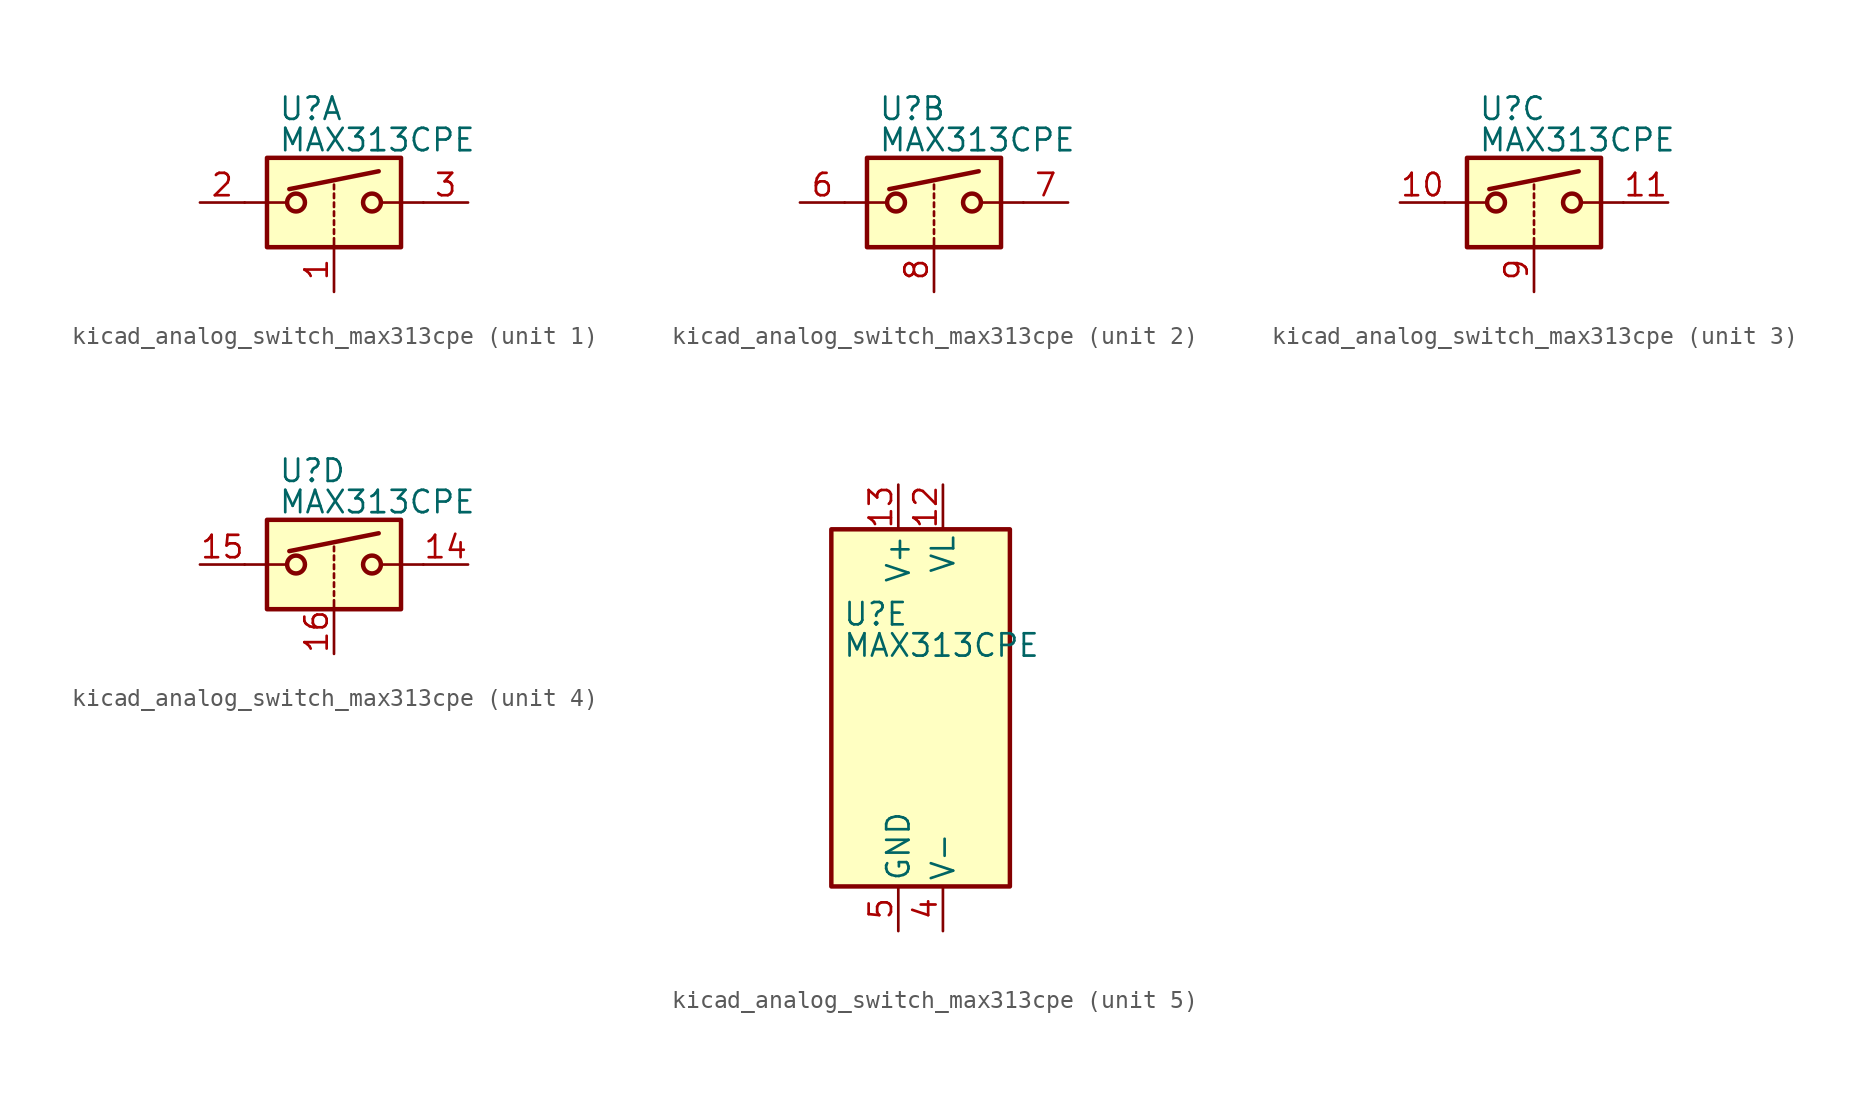
<source format=kicad_sym>
(kicad_symbol_lib
  (version 20220914)
  (generator kicad_symbol_editor)
  (symbol "kicad_analog_switch_max313cpe"
    (pin_names
      (offset 0.254))
    (property "Reference" "U"
      (at -3.175 5.334 0)
      (effects (font (size 1.27 1.27)) (justify left)))
    (property "Value" "MAX313CPE"
      (at -3.175 3.556 0)
      (effects (font (size 1.27 1.27)) (justify left)))
    (symbol "kicad_analog_switch_max313cpe_1_1"
      (rectangle (start -3.81 2.54) (end 3.81 -2.54) (stroke (width 0.254) (type default)) (fill (type background)))
      (circle (center -2.159 0) (radius 0.508) (stroke (width 0.254) (type default)) (fill (type none)))
      (polyline (pts (xy -5.08 0) (xy -2.794 0)) (stroke (width 0) (type default)) (fill (type none)))
      (polyline (pts (xy -2.54 0.762) (xy 2.54 1.778)) (stroke (width 0.254) (type default)) (fill (type none)))
      (polyline (pts (xy 0 -2.54) (xy 0 -2.032)) (stroke (width 0) (type default)) (fill (type none)))
      (polyline (pts (xy 0 -1.778) (xy 0 -1.524)) (stroke (width 0) (type default)) (fill (type none)))
      (polyline (pts (xy 0 -1.27) (xy 0 -1.016)) (stroke (width 0) (type default)) (fill (type none)))
      (polyline (pts (xy 0 -0.762) (xy 0 -0.508)) (stroke (width 0) (type default)) (fill (type none)))
      (polyline (pts (xy 0 -0.254) (xy 0 0)) (stroke (width 0) (type default)) (fill (type none)))
      (polyline (pts (xy 0 0.254) (xy 0 0.508)) (stroke (width 0) (type default)) (fill (type none)))
      (polyline (pts (xy 0 0.762) (xy 0 1.016)) (stroke (width 0) (type default)) (fill (type none)))
      (polyline (pts (xy 5.08 0) (xy 2.794 0)) (stroke (width 0) (type default)) (fill (type none)))
      (circle (center 2.159 0) (radius 0.508) (stroke (width 0.254) (type default)) (fill (type none)))
      (pin input line (at 0 -5.08 90) (length 2.54) (name "~" (effects (font (size 1.27 1.27)))) (number "1" (effects (font (size 1.27 1.27)))))
      (pin passive line (at -7.62 0 0) (length 2.54) (name "~" (effects (font (size 1.27 1.27)))) (number "2" (effects (font (size 1.27 1.27)))))
      (pin passive line (at 7.62 0 180) (length 2.54) (name "~" (effects (font (size 1.27 1.27)))) (number "3" (effects (font (size 1.27 1.27))))))
    (symbol "kicad_analog_switch_max313cpe_2_1"
      (rectangle (start -3.81 2.54) (end 3.81 -2.54) (stroke (width 0.254) (type default)) (fill (type background)))
      (circle (center -2.159 0) (radius 0.508) (stroke (width 0.254) (type default)) (fill (type none)))
      (polyline (pts (xy -5.08 0) (xy -2.794 0)) (stroke (width 0) (type default)) (fill (type none)))
      (polyline (pts (xy -2.54 0.762) (xy 2.54 1.778)) (stroke (width 0.254) (type default)) (fill (type none)))
      (polyline (pts (xy 0 -2.54) (xy 0 -2.032)) (stroke (width 0) (type default)) (fill (type none)))
      (polyline (pts (xy 0 -1.778) (xy 0 -1.524)) (stroke (width 0) (type default)) (fill (type none)))
      (polyline (pts (xy 0 -1.27) (xy 0 -1.016)) (stroke (width 0) (type default)) (fill (type none)))
      (polyline (pts (xy 0 -0.762) (xy 0 -0.508)) (stroke (width 0) (type default)) (fill (type none)))
      (polyline (pts (xy 0 -0.254) (xy 0 0)) (stroke (width 0) (type default)) (fill (type none)))
      (polyline (pts (xy 0 0.254) (xy 0 0.508)) (stroke (width 0) (type default)) (fill (type none)))
      (polyline (pts (xy 0 0.762) (xy 0 1.016)) (stroke (width 0) (type default)) (fill (type none)))
      (polyline (pts (xy 5.08 0) (xy 2.794 0)) (stroke (width 0) (type default)) (fill (type none)))
      (circle (center 2.159 0) (radius 0.508) (stroke (width 0.254) (type default)) (fill (type none)))
      (pin passive line (at -7.62 0 0) (length 2.54) (name "~" (effects (font (size 1.27 1.27)))) (number "6" (effects (font (size 1.27 1.27)))))
      (pin passive line (at 7.62 0 180) (length 2.54) (name "~" (effects (font (size 1.27 1.27)))) (number "7" (effects (font (size 1.27 1.27)))))
      (pin input line (at 0 -5.08 90) (length 2.54) (name "~" (effects (font (size 1.27 1.27)))) (number "8" (effects (font (size 1.27 1.27))))))
    (symbol "kicad_analog_switch_max313cpe_3_1"
      (rectangle (start -3.81 2.54) (end 3.81 -2.54) (stroke (width 0.254) (type default)) (fill (type background)))
      (circle (center -2.159 0) (radius 0.508) (stroke (width 0.254) (type default)) (fill (type none)))
      (polyline (pts (xy -5.08 0) (xy -2.794 0)) (stroke (width 0) (type default)) (fill (type none)))
      (polyline (pts (xy -2.54 0.762) (xy 2.54 1.778)) (stroke (width 0.254) (type default)) (fill (type none)))
      (polyline (pts (xy 0 -2.54) (xy 0 -2.032)) (stroke (width 0) (type default)) (fill (type none)))
      (polyline (pts (xy 0 -1.778) (xy 0 -1.524)) (stroke (width 0) (type default)) (fill (type none)))
      (polyline (pts (xy 0 -1.27) (xy 0 -1.016)) (stroke (width 0) (type default)) (fill (type none)))
      (polyline (pts (xy 0 -0.762) (xy 0 -0.508)) (stroke (width 0) (type default)) (fill (type none)))
      (polyline (pts (xy 0 -0.254) (xy 0 0)) (stroke (width 0) (type default)) (fill (type none)))
      (polyline (pts (xy 0 0.254) (xy 0 0.508)) (stroke (width 0) (type default)) (fill (type none)))
      (polyline (pts (xy 0 0.762) (xy 0 1.016)) (stroke (width 0) (type default)) (fill (type none)))
      (polyline (pts (xy 5.08 0) (xy 2.794 0)) (stroke (width 0) (type default)) (fill (type none)))
      (circle (center 2.159 0) (radius 0.508) (stroke (width 0.254) (type default)) (fill (type none)))
      (pin passive line (at -7.62 0 0) (length 2.54) (name "~" (effects (font (size 1.27 1.27)))) (number "10" (effects (font (size 1.27 1.27)))))
      (pin passive line (at 7.62 0 180) (length 2.54) (name "~" (effects (font (size 1.27 1.27)))) (number "11" (effects (font (size 1.27 1.27)))))
      (pin input line (at 0 -5.08 90) (length 2.54) (name "~" (effects (font (size 1.27 1.27)))) (number "9" (effects (font (size 1.27 1.27))))))
    (symbol "kicad_analog_switch_max313cpe_4_1"
      (rectangle (start -3.81 2.54) (end 3.81 -2.54) (stroke (width 0.254) (type default)) (fill (type background)))
      (circle (center -2.159 0) (radius 0.508) (stroke (width 0.254) (type default)) (fill (type none)))
      (polyline (pts (xy -5.08 0) (xy -2.794 0)) (stroke (width 0) (type default)) (fill (type none)))
      (polyline (pts (xy -2.54 0.762) (xy 2.54 1.778)) (stroke (width 0.254) (type default)) (fill (type none)))
      (polyline (pts (xy 0 -2.54) (xy 0 -2.032)) (stroke (width 0) (type default)) (fill (type none)))
      (polyline (pts (xy 0 -1.778) (xy 0 -1.524)) (stroke (width 0) (type default)) (fill (type none)))
      (polyline (pts (xy 0 -1.27) (xy 0 -1.016)) (stroke (width 0) (type default)) (fill (type none)))
      (polyline (pts (xy 0 -0.762) (xy 0 -0.508)) (stroke (width 0) (type default)) (fill (type none)))
      (polyline (pts (xy 0 -0.254) (xy 0 0)) (stroke (width 0) (type default)) (fill (type none)))
      (polyline (pts (xy 0 0.254) (xy 0 0.508)) (stroke (width 0) (type default)) (fill (type none)))
      (polyline (pts (xy 0 0.762) (xy 0 1.016)) (stroke (width 0) (type default)) (fill (type none)))
      (polyline (pts (xy 5.08 0) (xy 2.794 0)) (stroke (width 0) (type default)) (fill (type none)))
      (circle (center 2.159 0) (radius 0.508) (stroke (width 0.254) (type default)) (fill (type none)))
      (pin passive line (at 7.62 0 180) (length 2.54) (name "~" (effects (font (size 1.27 1.27)))) (number "14" (effects (font (size 1.27 1.27)))))
      (pin passive line (at -7.62 0 0) (length 2.54) (name "~" (effects (font (size 1.27 1.27)))) (number "15" (effects (font (size 1.27 1.27)))))
      (pin input line (at 0 -5.08 90) (length 2.54) (name "~" (effects (font (size 1.27 1.27)))) (number "16" (effects (font (size 1.27 1.27))))))
    (symbol "kicad_analog_switch_max313cpe_5_0"
      (pin power_in line (at 2.54 12.7 270) (length 2.54) (name "VL" (effects (font (size 1.27 1.27)))) (number "12" (effects (font (size 1.27 1.27)))))
      (pin power_in line (at 0 12.7 270) (length 2.54) (name "V+" (effects (font (size 1.27 1.27)))) (number "13" (effects (font (size 1.27 1.27)))))
      (pin power_in line (at 2.54 -12.7 90) (length 2.54) (name "V-" (effects (font (size 1.27 1.27)))) (number "4" (effects (font (size 1.27 1.27)))))
      (pin power_in line (at 0 -12.7 90) (length 2.54) (name "GND" (effects (font (size 1.27 1.27)))) (number "5" (effects (font (size 1.27 1.27))))))
    (symbol "kicad_analog_switch_max313cpe_5_1"
      (rectangle (start -3.81 10.16) (end 6.35 -10.16) (stroke (width 0.254) (type default)) (fill (type background))))))
</source>
